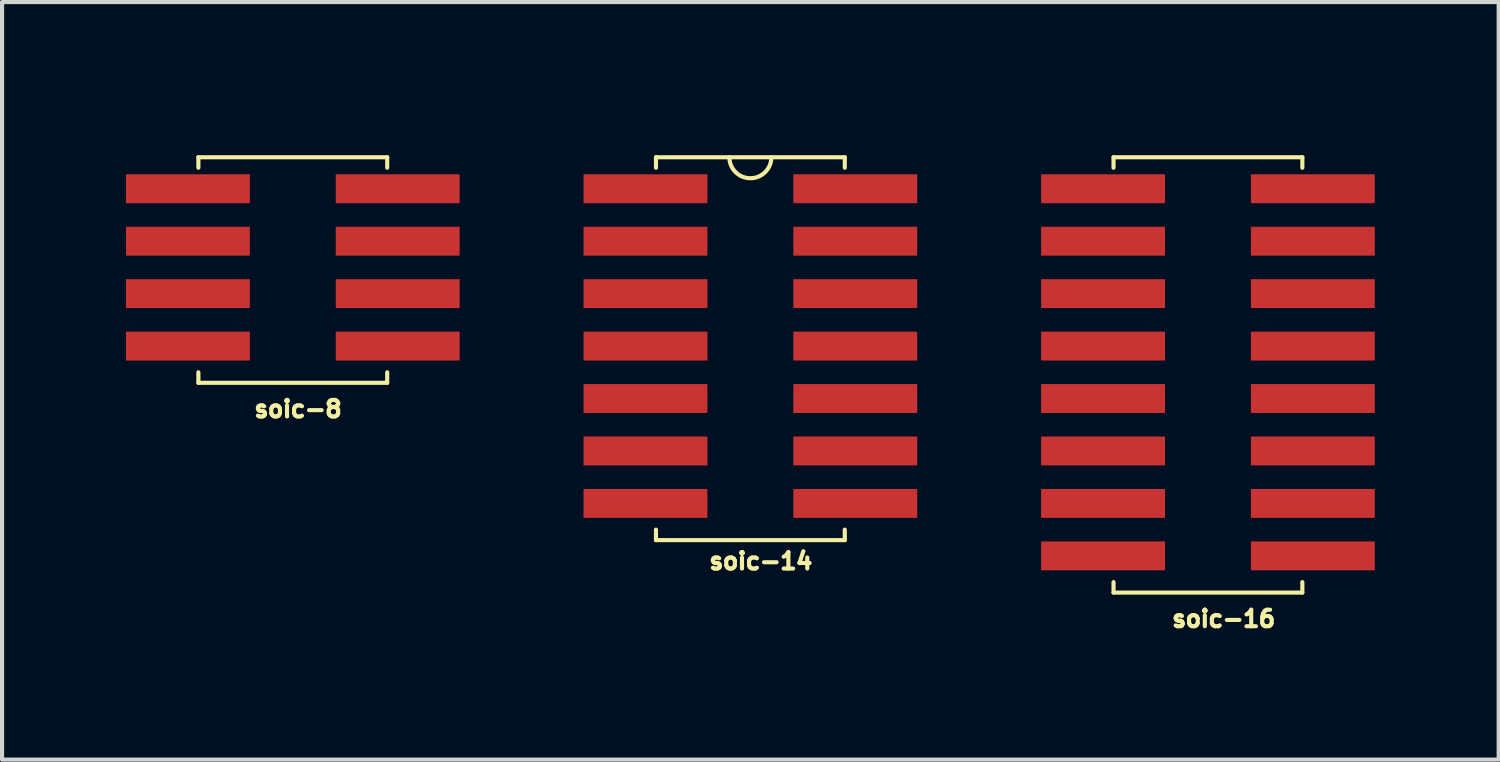
<source format=kicad_pcb>
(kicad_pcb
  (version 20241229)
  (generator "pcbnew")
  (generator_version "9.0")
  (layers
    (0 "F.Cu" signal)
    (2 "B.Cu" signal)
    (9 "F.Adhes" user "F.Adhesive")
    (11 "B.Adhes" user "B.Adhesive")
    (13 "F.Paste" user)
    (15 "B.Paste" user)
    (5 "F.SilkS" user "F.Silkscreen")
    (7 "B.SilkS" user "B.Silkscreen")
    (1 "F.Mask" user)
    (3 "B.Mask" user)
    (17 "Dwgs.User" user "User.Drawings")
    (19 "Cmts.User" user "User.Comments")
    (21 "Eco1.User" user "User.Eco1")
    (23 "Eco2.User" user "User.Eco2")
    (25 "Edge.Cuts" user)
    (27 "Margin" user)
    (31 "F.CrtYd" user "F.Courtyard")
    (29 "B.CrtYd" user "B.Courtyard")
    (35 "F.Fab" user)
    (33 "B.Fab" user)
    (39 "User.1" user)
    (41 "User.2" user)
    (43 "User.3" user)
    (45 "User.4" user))
  (footprint "soic-8"
    (layer "F.Cu")
    (at 4.04 0.25)
    (property "Reference" "soic-8" (at 0.127 6.604 0) (layer "F.SilkS") (effects (font (size 0.4 0.4) (thickness 0.1))))
    (attr through_hole)
    (fp_line (start -2.286 0.508) (end -2.286 0.762) (stroke (width 0.1) (type solid)) (layer "F.SilkS"))
    (fp_line (start -2.286 0.508) (end 2.286 0.508) (stroke (width 0.1) (type solid)) (layer "F.SilkS"))
    (fp_line (start -2.286 5.715) (end -2.286 5.969) (stroke (width 0.1) (type solid)) (layer "F.SilkS"))
    (fp_line (start 2.286 0.508) (end 2.286 0.762) (stroke (width 0.1) (type solid)) (layer "F.SilkS"))
    (fp_line (start 2.286 5.715) (end 2.286 5.969) (stroke (width 0.1) (type solid)) (layer "F.SilkS"))
    (fp_line (start 2.286 5.969) (end -2.286 5.969) (stroke (width 0.1) (type solid)) (layer "F.SilkS"))
    (pad "1" smd rect (at -2.54 1.27 90) (size 0.7 3) (layers "F.Cu" "F.Mask" "F.Paste"))
    (pad "2" smd rect (at -2.54 2.54 90) (size 0.7 3) (layers "F.Cu" "F.Mask" "F.Paste"))
    (pad "3" smd rect (at -2.54 3.81 90) (size 0.7 3) (layers "F.Cu" "F.Mask" "F.Paste"))
    (pad "4" smd rect (at -2.54 5.08 90) (size 0.7 3) (layers "F.Cu" "F.Mask" "F.Paste"))
    (pad "5" smd rect (at 2.54 5.08 90) (size 0.7 3) (layers "F.Cu" "F.Mask" "F.Paste"))
    (pad "6" smd rect (at 2.54 3.81 90) (size 0.7 3) (layers "F.Cu" "F.Mask" "F.Paste"))
    (pad "7" smd rect (at 2.54 2.54 90) (size 0.7 3) (layers "F.Cu" "F.Mask" "F.Paste"))
    (pad "8" smd rect (at 2.54 1.27 90) (size 0.7 3) (layers "F.Cu" "F.Mask" "F.Paste")))
  (footprint "soic-14"
    (layer "F.Cu")
    (at 15.12 0.25)
    (property "Reference" "soic-14" (at 0.254 10.287 0) (layer "F.SilkS") (effects (font (size 0.4 0.4) (thickness 0.1))))
    (attr smd)
    (fp_line (start -2.286 0.508) (end -2.286 0.762) (stroke (width 0.1) (type solid)) (layer "F.SilkS"))
    (fp_line (start -2.286 0.508) (end 2.286 0.508) (stroke (width 0.1) (type solid)) (layer "F.SilkS"))
    (fp_line (start -2.286 9.525) (end -2.286 9.779) (stroke (width 0.1) (type solid)) (layer "F.SilkS"))
    (fp_line (start 2.286 0.508) (end 2.286 0.762) (stroke (width 0.1) (type solid)) (layer "F.SilkS"))
    (fp_line (start 2.286 9.525) (end 2.286 9.779) (stroke (width 0.1) (type solid)) (layer "F.SilkS"))
    (fp_line (start 2.286 9.779) (end -2.286 9.779) (stroke (width 0.1) (type solid)) (layer "F.SilkS"))
    (fp_arc (start 0.508 0.508) (mid 0 1.016) (end -0.508 0.508) (stroke (width 0.1) (type solid)) (layer "F.SilkS"))
    (pad "1" smd rect (at -2.54 1.27 90) (size 0.7 3) (layers "F.Cu" "F.Mask" "F.Paste"))
    (pad "2" smd rect (at -2.54 2.54 90) (size 0.7 3) (layers "F.Cu" "F.Mask" "F.Paste"))
    (pad "3" smd rect (at -2.54 3.81 90) (size 0.7 3) (layers "F.Cu" "F.Mask" "F.Paste"))
    (pad "4" smd rect (at -2.54 5.08 90) (size 0.7 3) (layers "F.Cu" "F.Mask" "F.Paste"))
    (pad "5" smd rect (at -2.54 6.35 90) (size 0.7 3) (layers "F.Cu" "F.Mask" "F.Paste"))
    (pad "6" smd rect (at -2.54 7.62 90) (size 0.7 3) (layers "F.Cu" "F.Mask" "F.Paste"))
    (pad "7" smd rect (at -2.54 8.89 90) (size 0.7 3) (layers "F.Cu" "F.Mask" "F.Paste"))
    (pad "8" smd rect (at 2.54 8.89 90) (size 0.7 3) (layers "F.Cu" "F.Mask" "F.Paste"))
    (pad "9" smd rect (at 2.54 7.62 90) (size 0.7 3) (layers "F.Cu" "F.Mask" "F.Paste"))
    (pad "10" smd rect (at 2.54 6.35 90) (size 0.7 3) (layers "F.Cu" "F.Mask" "F.Paste"))
    (pad "11" smd rect (at 2.54 5.08 90) (size 0.7 3) (layers "F.Cu" "F.Mask" "F.Paste"))
    (pad "12" smd rect (at 2.54 3.81 90) (size 0.7 3) (layers "F.Cu" "F.Mask" "F.Paste"))
    (pad "13" smd rect (at 2.54 2.54 90) (size 0.7 3) (layers "F.Cu" "F.Mask" "F.Paste"))
    (pad "14" smd rect (at 2.54 1.27 90) (size 0.7 3) (layers "F.Cu" "F.Mask" "F.Paste")))
  (footprint "soic-16"
    (layer "F.Cu")
    (at 26.2 0.25)
    (property "Reference" "soic-16" (at 0.381 11.684 0) (layer "F.SilkS") (effects (font (size 0.4 0.4) (thickness 0.1))))
    (attr through_hole)
    (fp_line (start -2.286 0.508) (end -2.286 0.762) (stroke (width 0.1) (type solid)) (layer "F.SilkS"))
    (fp_line (start -2.286 0.508) (end 2.286 0.508) (stroke (width 0.1) (type solid)) (layer "F.SilkS"))
    (fp_line (start -2.286 10.795) (end -2.286 11.049) (stroke (width 0.1) (type solid)) (layer "F.SilkS"))
    (fp_line (start 2.286 0.508) (end 2.286 0.762) (stroke (width 0.1) (type solid)) (layer "F.SilkS"))
    (fp_line (start 2.286 10.795) (end 2.286 11.049) (stroke (width 0.1) (type solid)) (layer "F.SilkS"))
    (fp_line (start 2.286 11.049) (end -2.286 11.049) (stroke (width 0.1) (type solid)) (layer "F.SilkS"))
    (pad "1" smd rect (at -2.54 1.27 90) (size 0.7 3) (layers "F.Cu" "F.Mask" "F.Paste"))
    (pad "2" smd rect (at -2.54 2.54 90) (size 0.7 3) (layers "F.Cu" "F.Mask" "F.Paste"))
    (pad "3" smd rect (at -2.54 3.81 90) (size 0.7 3) (layers "F.Cu" "F.Mask" "F.Paste"))
    (pad "4" smd rect (at -2.54 5.08 90) (size 0.7 3) (layers "F.Cu" "F.Mask" "F.Paste"))
    (pad "5" smd rect (at -2.54 6.35 90) (size 0.7 3) (layers "F.Cu" "F.Mask" "F.Paste"))
    (pad "6" smd rect (at -2.54 7.62 90) (size 0.7 3) (layers "F.Cu" "F.Mask" "F.Paste"))
    (pad "7" smd rect (at -2.54 8.89 90) (size 0.7 3) (layers "F.Cu" "F.Mask" "F.Paste"))
    (pad "8" smd rect (at -2.54 10.16 90) (size 0.7 3) (layers "F.Cu" "F.Mask" "F.Paste"))
    (pad "9" smd rect (at 2.54 10.16 90) (size 0.7 3) (layers "F.Cu" "F.Mask" "F.Paste"))
    (pad "10" smd rect (at 2.54 8.89 90) (size 0.7 3) (layers "F.Cu" "F.Mask" "F.Paste"))
    (pad "11" smd rect (at 2.54 7.62 90) (size 0.7 3) (layers "F.Cu" "F.Mask" "F.Paste"))
    (pad "12" smd rect (at 2.54 6.35 90) (size 0.7 3) (layers "F.Cu" "F.Mask" "F.Paste"))
    (pad "13" smd rect (at 2.54 5.08 90) (size 0.7 3) (layers "F.Cu" "F.Mask" "F.Paste"))
    (pad "14" smd rect (at 2.54 3.81 90) (size 0.7 3) (layers "F.Cu" "F.Mask" "F.Paste"))
    (pad "15" smd rect (at 2.54 2.54 90) (size 0.7 3) (layers "F.Cu" "F.Mask" "F.Paste"))
    (pad "16" smd rect (at 2.54 1.27 90) (size 0.7 3) (layers "F.Cu" "F.Mask" "F.Paste")))
  (gr_rect
    (start -3 -3)
    (end 33.24 15.344)
    (stroke (width 0.1) (type default))
    (fill no)
    (layer "Edge.Cuts")))
</source>
